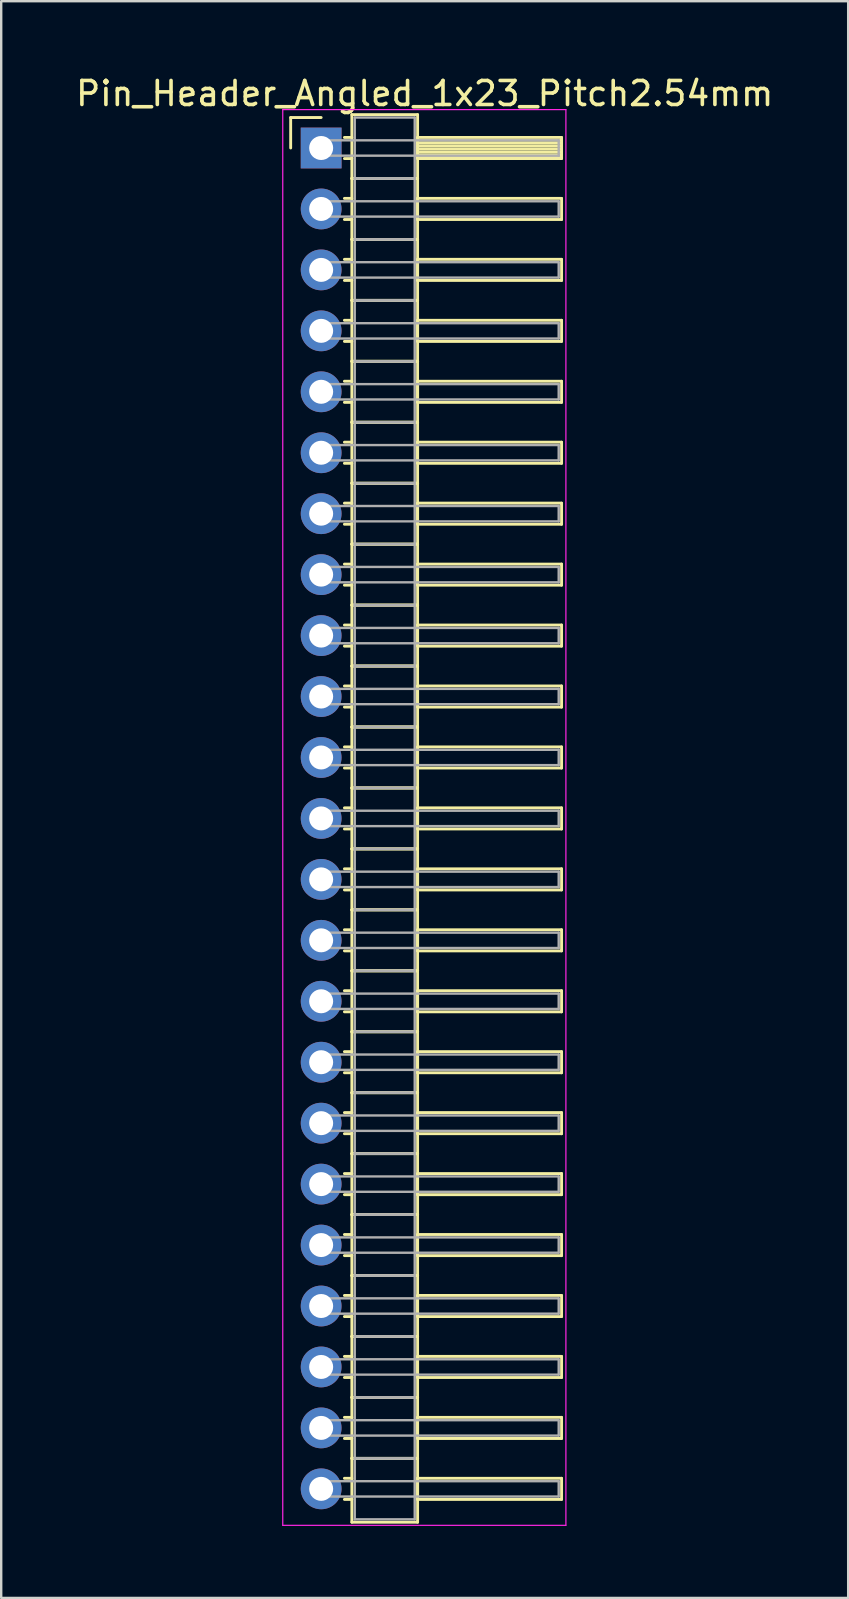
<source format=kicad_pcb>
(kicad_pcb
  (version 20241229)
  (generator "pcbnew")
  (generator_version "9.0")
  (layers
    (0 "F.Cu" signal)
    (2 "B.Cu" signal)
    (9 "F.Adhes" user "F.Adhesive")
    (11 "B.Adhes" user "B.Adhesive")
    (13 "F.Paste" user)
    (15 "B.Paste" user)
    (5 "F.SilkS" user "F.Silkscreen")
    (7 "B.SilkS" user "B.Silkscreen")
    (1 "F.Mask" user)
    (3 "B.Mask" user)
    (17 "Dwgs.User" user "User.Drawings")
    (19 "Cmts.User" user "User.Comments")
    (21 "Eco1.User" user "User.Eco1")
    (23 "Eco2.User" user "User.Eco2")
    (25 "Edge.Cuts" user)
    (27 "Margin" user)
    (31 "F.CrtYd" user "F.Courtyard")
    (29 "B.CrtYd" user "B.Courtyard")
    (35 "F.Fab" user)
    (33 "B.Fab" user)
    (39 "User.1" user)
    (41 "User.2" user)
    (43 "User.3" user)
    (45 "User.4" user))
  (footprint "Pin_Header_Angled_1x23_Pitch2.54mm"
    (layer "F.Cu")
    (at 10.334 3.118)
    (property "Reference" "Pin_Header_Angled_1x23_Pitch2.54mm" (at 4.315 -2.27 0) (layer "F.SilkS") (effects (font (size 1 1) (thickness 0.15))))
    (attr through_hole)
    (fp_line (start -1.27 -1.27) (end 0 -1.27) (stroke (width 0.12) (type solid)) (layer "F.SilkS"))
    (fp_line (start -1.27 0) (end -1.27 -1.27) (stroke (width 0.12) (type solid)) (layer "F.SilkS"))
    (fp_line (start 0.97 -0.44) (end 1.28 -0.44) (stroke (width 0.12) (type solid)) (layer "F.SilkS"))
    (fp_line (start 0.97 0.44) (end 1.28 0.44) (stroke (width 0.12) (type solid)) (layer "F.SilkS"))
    (fp_line (start 0.97 2.1) (end 1.28 2.1) (stroke (width 0.12) (type solid)) (layer "F.SilkS"))
    (fp_line (start 0.97 2.98) (end 1.28 2.98) (stroke (width 0.12) (type solid)) (layer "F.SilkS"))
    (fp_line (start 0.97 4.64) (end 1.28 4.64) (stroke (width 0.12) (type solid)) (layer "F.SilkS"))
    (fp_line (start 0.97 5.52) (end 1.28 5.52) (stroke (width 0.12) (type solid)) (layer "F.SilkS"))
    (fp_line (start 0.97 7.18) (end 1.28 7.18) (stroke (width 0.12) (type solid)) (layer "F.SilkS"))
    (fp_line (start 0.97 8.06) (end 1.28 8.06) (stroke (width 0.12) (type solid)) (layer "F.SilkS"))
    (fp_line (start 0.97 9.72) (end 1.28 9.72) (stroke (width 0.12) (type solid)) (layer "F.SilkS"))
    (fp_line (start 0.97 10.6) (end 1.28 10.6) (stroke (width 0.12) (type solid)) (layer "F.SilkS"))
    (fp_line (start 0.97 12.26) (end 1.28 12.26) (stroke (width 0.12) (type solid)) (layer "F.SilkS"))
    (fp_line (start 0.97 13.14) (end 1.28 13.14) (stroke (width 0.12) (type solid)) (layer "F.SilkS"))
    (fp_line (start 0.97 14.8) (end 1.28 14.8) (stroke (width 0.12) (type solid)) (layer "F.SilkS"))
    (fp_line (start 0.97 15.68) (end 1.28 15.68) (stroke (width 0.12) (type solid)) (layer "F.SilkS"))
    (fp_line (start 0.97 17.34) (end 1.28 17.34) (stroke (width 0.12) (type solid)) (layer "F.SilkS"))
    (fp_line (start 0.97 18.22) (end 1.28 18.22) (stroke (width 0.12) (type solid)) (layer "F.SilkS"))
    (fp_line (start 0.97 19.88) (end 1.28 19.88) (stroke (width 0.12) (type solid)) (layer "F.SilkS"))
    (fp_line (start 0.97 20.76) (end 1.28 20.76) (stroke (width 0.12) (type solid)) (layer "F.SilkS"))
    (fp_line (start 0.97 22.42) (end 1.28 22.42) (stroke (width 0.12) (type solid)) (layer "F.SilkS"))
    (fp_line (start 0.97 23.3) (end 1.28 23.3) (stroke (width 0.12) (type solid)) (layer "F.SilkS"))
    (fp_line (start 0.97 24.96) (end 1.28 24.96) (stroke (width 0.12) (type solid)) (layer "F.SilkS"))
    (fp_line (start 0.97 25.84) (end 1.28 25.84) (stroke (width 0.12) (type solid)) (layer "F.SilkS"))
    (fp_line (start 0.97 27.5) (end 1.28 27.5) (stroke (width 0.12) (type solid)) (layer "F.SilkS"))
    (fp_line (start 0.97 28.38) (end 1.28 28.38) (stroke (width 0.12) (type solid)) (layer "F.SilkS"))
    (fp_line (start 0.97 30.04) (end 1.28 30.04) (stroke (width 0.12) (type solid)) (layer "F.SilkS"))
    (fp_line (start 0.97 30.92) (end 1.28 30.92) (stroke (width 0.12) (type solid)) (layer "F.SilkS"))
    (fp_line (start 0.97 32.58) (end 1.28 32.58) (stroke (width 0.12) (type solid)) (layer "F.SilkS"))
    (fp_line (start 0.97 33.46) (end 1.28 33.46) (stroke (width 0.12) (type solid)) (layer "F.SilkS"))
    (fp_line (start 0.97 35.12) (end 1.28 35.12) (stroke (width 0.12) (type solid)) (layer "F.SilkS"))
    (fp_line (start 0.97 36) (end 1.28 36) (stroke (width 0.12) (type solid)) (layer "F.SilkS"))
    (fp_line (start 0.97 37.66) (end 1.28 37.66) (stroke (width 0.12) (type solid)) (layer "F.SilkS"))
    (fp_line (start 0.97 38.54) (end 1.28 38.54) (stroke (width 0.12) (type solid)) (layer "F.SilkS"))
    (fp_line (start 0.97 40.2) (end 1.28 40.2) (stroke (width 0.12) (type solid)) (layer "F.SilkS"))
    (fp_line (start 0.97 41.08) (end 1.28 41.08) (stroke (width 0.12) (type solid)) (layer "F.SilkS"))
    (fp_line (start 0.97 42.74) (end 1.28 42.74) (stroke (width 0.12) (type solid)) (layer "F.SilkS"))
    (fp_line (start 0.97 43.62) (end 1.28 43.62) (stroke (width 0.12) (type solid)) (layer "F.SilkS"))
    (fp_line (start 0.97 45.28) (end 1.28 45.28) (stroke (width 0.12) (type solid)) (layer "F.SilkS"))
    (fp_line (start 0.97 46.16) (end 1.28 46.16) (stroke (width 0.12) (type solid)) (layer "F.SilkS"))
    (fp_line (start 0.97 47.82) (end 1.28 47.82) (stroke (width 0.12) (type solid)) (layer "F.SilkS"))
    (fp_line (start 0.97 48.7) (end 1.28 48.7) (stroke (width 0.12) (type solid)) (layer "F.SilkS"))
    (fp_line (start 0.97 50.36) (end 1.28 50.36) (stroke (width 0.12) (type solid)) (layer "F.SilkS"))
    (fp_line (start 0.97 51.24) (end 1.28 51.24) (stroke (width 0.12) (type solid)) (layer "F.SilkS"))
    (fp_line (start 0.97 52.9) (end 1.28 52.9) (stroke (width 0.12) (type solid)) (layer "F.SilkS"))
    (fp_line (start 0.97 53.78) (end 1.28 53.78) (stroke (width 0.12) (type solid)) (layer "F.SilkS"))
    (fp_line (start 0.97 55.44) (end 1.28 55.44) (stroke (width 0.12) (type solid)) (layer "F.SilkS"))
    (fp_line (start 0.97 56.32) (end 1.28 56.32) (stroke (width 0.12) (type solid)) (layer "F.SilkS"))
    (fp_line (start 1.28 -1.39) (end 1.28 1.27) (stroke (width 0.12) (type solid)) (layer "F.SilkS"))
    (fp_line (start 1.28 1.27) (end 1.28 3.81) (stroke (width 0.12) (type solid)) (layer "F.SilkS"))
    (fp_line (start 1.28 1.27) (end 4.02 1.27) (stroke (width 0.12) (type solid)) (layer "F.SilkS"))
    (fp_line (start 1.28 3.81) (end 1.28 6.35) (stroke (width 0.12) (type solid)) (layer "F.SilkS"))
    (fp_line (start 1.28 3.81) (end 4.02 3.81) (stroke (width 0.12) (type solid)) (layer "F.SilkS"))
    (fp_line (start 1.28 6.35) (end 1.28 8.89) (stroke (width 0.12) (type solid)) (layer "F.SilkS"))
    (fp_line (start 1.28 6.35) (end 4.02 6.35) (stroke (width 0.12) (type solid)) (layer "F.SilkS"))
    (fp_line (start 1.28 8.89) (end 1.28 11.43) (stroke (width 0.12) (type solid)) (layer "F.SilkS"))
    (fp_line (start 1.28 8.89) (end 4.02 8.89) (stroke (width 0.12) (type solid)) (layer "F.SilkS"))
    (fp_line (start 1.28 11.43) (end 1.28 13.97) (stroke (width 0.12) (type solid)) (layer "F.SilkS"))
    (fp_line (start 1.28 11.43) (end 4.02 11.43) (stroke (width 0.12) (type solid)) (layer "F.SilkS"))
    (fp_line (start 1.28 13.97) (end 1.28 16.51) (stroke (width 0.12) (type solid)) (layer "F.SilkS"))
    (fp_line (start 1.28 13.97) (end 4.02 13.97) (stroke (width 0.12) (type solid)) (layer "F.SilkS"))
    (fp_line (start 1.28 16.51) (end 1.28 19.05) (stroke (width 0.12) (type solid)) (layer "F.SilkS"))
    (fp_line (start 1.28 16.51) (end 4.02 16.51) (stroke (width 0.12) (type solid)) (layer "F.SilkS"))
    (fp_line (start 1.28 19.05) (end 1.28 21.59) (stroke (width 0.12) (type solid)) (layer "F.SilkS"))
    (fp_line (start 1.28 19.05) (end 4.02 19.05) (stroke (width 0.12) (type solid)) (layer "F.SilkS"))
    (fp_line (start 1.28 21.59) (end 1.28 24.13) (stroke (width 0.12) (type solid)) (layer "F.SilkS"))
    (fp_line (start 1.28 21.59) (end 4.02 21.59) (stroke (width 0.12) (type solid)) (layer "F.SilkS"))
    (fp_line (start 1.28 24.13) (end 1.28 26.67) (stroke (width 0.12) (type solid)) (layer "F.SilkS"))
    (fp_line (start 1.28 24.13) (end 4.02 24.13) (stroke (width 0.12) (type solid)) (layer "F.SilkS"))
    (fp_line (start 1.28 26.67) (end 1.28 29.21) (stroke (width 0.12) (type solid)) (layer "F.SilkS"))
    (fp_line (start 1.28 26.67) (end 4.02 26.67) (stroke (width 0.12) (type solid)) (layer "F.SilkS"))
    (fp_line (start 1.28 29.21) (end 1.28 31.75) (stroke (width 0.12) (type solid)) (layer "F.SilkS"))
    (fp_line (start 1.28 29.21) (end 4.02 29.21) (stroke (width 0.12) (type solid)) (layer "F.SilkS"))
    (fp_line (start 1.28 31.75) (end 1.28 34.29) (stroke (width 0.12) (type solid)) (layer "F.SilkS"))
    (fp_line (start 1.28 31.75) (end 4.02 31.75) (stroke (width 0.12) (type solid)) (layer "F.SilkS"))
    (fp_line (start 1.28 34.29) (end 1.28 36.83) (stroke (width 0.12) (type solid)) (layer "F.SilkS"))
    (fp_line (start 1.28 34.29) (end 4.02 34.29) (stroke (width 0.12) (type solid)) (layer "F.SilkS"))
    (fp_line (start 1.28 36.83) (end 1.28 39.37) (stroke (width 0.12) (type solid)) (layer "F.SilkS"))
    (fp_line (start 1.28 36.83) (end 4.02 36.83) (stroke (width 0.12) (type solid)) (layer "F.SilkS"))
    (fp_line (start 1.28 39.37) (end 1.28 41.91) (stroke (width 0.12) (type solid)) (layer "F.SilkS"))
    (fp_line (start 1.28 39.37) (end 4.02 39.37) (stroke (width 0.12) (type solid)) (layer "F.SilkS"))
    (fp_line (start 1.28 41.91) (end 1.28 44.45) (stroke (width 0.12) (type solid)) (layer "F.SilkS"))
    (fp_line (start 1.28 41.91) (end 4.02 41.91) (stroke (width 0.12) (type solid)) (layer "F.SilkS"))
    (fp_line (start 1.28 44.45) (end 1.28 46.99) (stroke (width 0.12) (type solid)) (layer "F.SilkS"))
    (fp_line (start 1.28 44.45) (end 4.02 44.45) (stroke (width 0.12) (type solid)) (layer "F.SilkS"))
    (fp_line (start 1.28 46.99) (end 1.28 49.53) (stroke (width 0.12) (type solid)) (layer "F.SilkS"))
    (fp_line (start 1.28 46.99) (end 4.02 46.99) (stroke (width 0.12) (type solid)) (layer "F.SilkS"))
    (fp_line (start 1.28 49.53) (end 1.28 52.07) (stroke (width 0.12) (type solid)) (layer "F.SilkS"))
    (fp_line (start 1.28 49.53) (end 4.02 49.53) (stroke (width 0.12) (type solid)) (layer "F.SilkS"))
    (fp_line (start 1.28 52.07) (end 1.28 54.61) (stroke (width 0.12) (type solid)) (layer "F.SilkS"))
    (fp_line (start 1.28 52.07) (end 4.02 52.07) (stroke (width 0.12) (type solid)) (layer "F.SilkS"))
    (fp_line (start 1.28 54.61) (end 1.28 57.27) (stroke (width 0.12) (type solid)) (layer "F.SilkS"))
    (fp_line (start 1.28 54.61) (end 4.02 54.61) (stroke (width 0.12) (type solid)) (layer "F.SilkS"))
    (fp_line (start 1.28 57.27) (end 4.02 57.27) (stroke (width 0.12) (type solid)) (layer "F.SilkS"))
    (fp_line (start 4.02 -1.39) (end 1.28 -1.39) (stroke (width 0.12) (type solid)) (layer "F.SilkS"))
    (fp_line (start 4.02 -0.44) (end 4.02 0.44) (stroke (width 0.12) (type solid)) (layer "F.SilkS"))
    (fp_line (start 4.02 -0.32) (end 10.02 -0.32) (stroke (width 0.12) (type solid)) (layer "F.SilkS"))
    (fp_line (start 4.02 -0.2) (end 10.02 -0.2) (stroke (width 0.12) (type solid)) (layer "F.SilkS"))
    (fp_line (start 4.02 -0.08) (end 10.02 -0.08) (stroke (width 0.12) (type solid)) (layer "F.SilkS"))
    (fp_line (start 4.02 0.04) (end 10.02 0.04) (stroke (width 0.12) (type solid)) (layer "F.SilkS"))
    (fp_line (start 4.02 0.16) (end 10.02 0.16) (stroke (width 0.12) (type solid)) (layer "F.SilkS"))
    (fp_line (start 4.02 0.28) (end 10.02 0.28) (stroke (width 0.12) (type solid)) (layer "F.SilkS"))
    (fp_line (start 4.02 0.4) (end 10.02 0.4) (stroke (width 0.12) (type solid)) (layer "F.SilkS"))
    (fp_line (start 4.02 0.44) (end 10.02 0.44) (stroke (width 0.12) (type solid)) (layer "F.SilkS"))
    (fp_line (start 4.02 1.27) (end 1.28 1.27) (stroke (width 0.12) (type solid)) (layer "F.SilkS"))
    (fp_line (start 4.02 1.27) (end 4.02 -1.39) (stroke (width 0.12) (type solid)) (layer "F.SilkS"))
    (fp_line (start 4.02 2.1) (end 4.02 2.98) (stroke (width 0.12) (type solid)) (layer "F.SilkS"))
    (fp_line (start 4.02 2.98) (end 10.02 2.98) (stroke (width 0.12) (type solid)) (layer "F.SilkS"))
    (fp_line (start 4.02 3.81) (end 1.28 3.81) (stroke (width 0.12) (type solid)) (layer "F.SilkS"))
    (fp_line (start 4.02 3.81) (end 4.02 1.27) (stroke (width 0.12) (type solid)) (layer "F.SilkS"))
    (fp_line (start 4.02 4.64) (end 4.02 5.52) (stroke (width 0.12) (type solid)) (layer "F.SilkS"))
    (fp_line (start 4.02 5.52) (end 10.02 5.52) (stroke (width 0.12) (type solid)) (layer "F.SilkS"))
    (fp_line (start 4.02 6.35) (end 1.28 6.35) (stroke (width 0.12) (type solid)) (layer "F.SilkS"))
    (fp_line (start 4.02 6.35) (end 4.02 3.81) (stroke (width 0.12) (type solid)) (layer "F.SilkS"))
    (fp_line (start 4.02 7.18) (end 4.02 8.06) (stroke (width 0.12) (type solid)) (layer "F.SilkS"))
    (fp_line (start 4.02 8.06) (end 10.02 8.06) (stroke (width 0.12) (type solid)) (layer "F.SilkS"))
    (fp_line (start 4.02 8.89) (end 1.28 8.89) (stroke (width 0.12) (type solid)) (layer "F.SilkS"))
    (fp_line (start 4.02 8.89) (end 4.02 6.35) (stroke (width 0.12) (type solid)) (layer "F.SilkS"))
    (fp_line (start 4.02 9.72) (end 4.02 10.6) (stroke (width 0.12) (type solid)) (layer "F.SilkS"))
    (fp_line (start 4.02 10.6) (end 10.02 10.6) (stroke (width 0.12) (type solid)) (layer "F.SilkS"))
    (fp_line (start 4.02 11.43) (end 1.28 11.43) (stroke (width 0.12) (type solid)) (layer "F.SilkS"))
    (fp_line (start 4.02 11.43) (end 4.02 8.89) (stroke (width 0.12) (type solid)) (layer "F.SilkS"))
    (fp_line (start 4.02 12.26) (end 4.02 13.14) (stroke (width 0.12) (type solid)) (layer "F.SilkS"))
    (fp_line (start 4.02 13.14) (end 10.02 13.14) (stroke (width 0.12) (type solid)) (layer "F.SilkS"))
    (fp_line (start 4.02 13.97) (end 1.28 13.97) (stroke (width 0.12) (type solid)) (layer "F.SilkS"))
    (fp_line (start 4.02 13.97) (end 4.02 11.43) (stroke (width 0.12) (type solid)) (layer "F.SilkS"))
    (fp_line (start 4.02 14.8) (end 4.02 15.68) (stroke (width 0.12) (type solid)) (layer "F.SilkS"))
    (fp_line (start 4.02 15.68) (end 10.02 15.68) (stroke (width 0.12) (type solid)) (layer "F.SilkS"))
    (fp_line (start 4.02 16.51) (end 1.28 16.51) (stroke (width 0.12) (type solid)) (layer "F.SilkS"))
    (fp_line (start 4.02 16.51) (end 4.02 13.97) (stroke (width 0.12) (type solid)) (layer "F.SilkS"))
    (fp_line (start 4.02 17.34) (end 4.02 18.22) (stroke (width 0.12) (type solid)) (layer "F.SilkS"))
    (fp_line (start 4.02 18.22) (end 10.02 18.22) (stroke (width 0.12) (type solid)) (layer "F.SilkS"))
    (fp_line (start 4.02 19.05) (end 1.28 19.05) (stroke (width 0.12) (type solid)) (layer "F.SilkS"))
    (fp_line (start 4.02 19.05) (end 4.02 16.51) (stroke (width 0.12) (type solid)) (layer "F.SilkS"))
    (fp_line (start 4.02 19.88) (end 4.02 20.76) (stroke (width 0.12) (type solid)) (layer "F.SilkS"))
    (fp_line (start 4.02 20.76) (end 10.02 20.76) (stroke (width 0.12) (type solid)) (layer "F.SilkS"))
    (fp_line (start 4.02 21.59) (end 1.28 21.59) (stroke (width 0.12) (type solid)) (layer "F.SilkS"))
    (fp_line (start 4.02 21.59) (end 4.02 19.05) (stroke (width 0.12) (type solid)) (layer "F.SilkS"))
    (fp_line (start 4.02 22.42) (end 4.02 23.3) (stroke (width 0.12) (type solid)) (layer "F.SilkS"))
    (fp_line (start 4.02 23.3) (end 10.02 23.3) (stroke (width 0.12) (type solid)) (layer "F.SilkS"))
    (fp_line (start 4.02 24.13) (end 1.28 24.13) (stroke (width 0.12) (type solid)) (layer "F.SilkS"))
    (fp_line (start 4.02 24.13) (end 4.02 21.59) (stroke (width 0.12) (type solid)) (layer "F.SilkS"))
    (fp_line (start 4.02 24.96) (end 4.02 25.84) (stroke (width 0.12) (type solid)) (layer "F.SilkS"))
    (fp_line (start 4.02 25.84) (end 10.02 25.84) (stroke (width 0.12) (type solid)) (layer "F.SilkS"))
    (fp_line (start 4.02 26.67) (end 1.28 26.67) (stroke (width 0.12) (type solid)) (layer "F.SilkS"))
    (fp_line (start 4.02 26.67) (end 4.02 24.13) (stroke (width 0.12) (type solid)) (layer "F.SilkS"))
    (fp_line (start 4.02 27.5) (end 4.02 28.38) (stroke (width 0.12) (type solid)) (layer "F.SilkS"))
    (fp_line (start 4.02 28.38) (end 10.02 28.38) (stroke (width 0.12) (type solid)) (layer "F.SilkS"))
    (fp_line (start 4.02 29.21) (end 1.28 29.21) (stroke (width 0.12) (type solid)) (layer "F.SilkS"))
    (fp_line (start 4.02 29.21) (end 4.02 26.67) (stroke (width 0.12) (type solid)) (layer "F.SilkS"))
    (fp_line (start 4.02 30.04) (end 4.02 30.92) (stroke (width 0.12) (type solid)) (layer "F.SilkS"))
    (fp_line (start 4.02 30.92) (end 10.02 30.92) (stroke (width 0.12) (type solid)) (layer "F.SilkS"))
    (fp_line (start 4.02 31.75) (end 1.28 31.75) (stroke (width 0.12) (type solid)) (layer "F.SilkS"))
    (fp_line (start 4.02 31.75) (end 4.02 29.21) (stroke (width 0.12) (type solid)) (layer "F.SilkS"))
    (fp_line (start 4.02 32.58) (end 4.02 33.46) (stroke (width 0.12) (type solid)) (layer "F.SilkS"))
    (fp_line (start 4.02 33.46) (end 10.02 33.46) (stroke (width 0.12) (type solid)) (layer "F.SilkS"))
    (fp_line (start 4.02 34.29) (end 1.28 34.29) (stroke (width 0.12) (type solid)) (layer "F.SilkS"))
    (fp_line (start 4.02 34.29) (end 4.02 31.75) (stroke (width 0.12) (type solid)) (layer "F.SilkS"))
    (fp_line (start 4.02 35.12) (end 4.02 36) (stroke (width 0.12) (type solid)) (layer "F.SilkS"))
    (fp_line (start 4.02 36) (end 10.02 36) (stroke (width 0.12) (type solid)) (layer "F.SilkS"))
    (fp_line (start 4.02 36.83) (end 1.28 36.83) (stroke (width 0.12) (type solid)) (layer "F.SilkS"))
    (fp_line (start 4.02 36.83) (end 4.02 34.29) (stroke (width 0.12) (type solid)) (layer "F.SilkS"))
    (fp_line (start 4.02 37.66) (end 4.02 38.54) (stroke (width 0.12) (type solid)) (layer "F.SilkS"))
    (fp_line (start 4.02 38.54) (end 10.02 38.54) (stroke (width 0.12) (type solid)) (layer "F.SilkS"))
    (fp_line (start 4.02 39.37) (end 1.28 39.37) (stroke (width 0.12) (type solid)) (layer "F.SilkS"))
    (fp_line (start 4.02 39.37) (end 4.02 36.83) (stroke (width 0.12) (type solid)) (layer "F.SilkS"))
    (fp_line (start 4.02 40.2) (end 4.02 41.08) (stroke (width 0.12) (type solid)) (layer "F.SilkS"))
    (fp_line (start 4.02 41.08) (end 10.02 41.08) (stroke (width 0.12) (type solid)) (layer "F.SilkS"))
    (fp_line (start 4.02 41.91) (end 1.28 41.91) (stroke (width 0.12) (type solid)) (layer "F.SilkS"))
    (fp_line (start 4.02 41.91) (end 4.02 39.37) (stroke (width 0.12) (type solid)) (layer "F.SilkS"))
    (fp_line (start 4.02 42.74) (end 4.02 43.62) (stroke (width 0.12) (type solid)) (layer "F.SilkS"))
    (fp_line (start 4.02 43.62) (end 10.02 43.62) (stroke (width 0.12) (type solid)) (layer "F.SilkS"))
    (fp_line (start 4.02 44.45) (end 1.28 44.45) (stroke (width 0.12) (type solid)) (layer "F.SilkS"))
    (fp_line (start 4.02 44.45) (end 4.02 41.91) (stroke (width 0.12) (type solid)) (layer "F.SilkS"))
    (fp_line (start 4.02 45.28) (end 4.02 46.16) (stroke (width 0.12) (type solid)) (layer "F.SilkS"))
    (fp_line (start 4.02 46.16) (end 10.02 46.16) (stroke (width 0.12) (type solid)) (layer "F.SilkS"))
    (fp_line (start 4.02 46.99) (end 1.28 46.99) (stroke (width 0.12) (type solid)) (layer "F.SilkS"))
    (fp_line (start 4.02 46.99) (end 4.02 44.45) (stroke (width 0.12) (type solid)) (layer "F.SilkS"))
    (fp_line (start 4.02 47.82) (end 4.02 48.7) (stroke (width 0.12) (type solid)) (layer "F.SilkS"))
    (fp_line (start 4.02 48.7) (end 10.02 48.7) (stroke (width 0.12) (type solid)) (layer "F.SilkS"))
    (fp_line (start 4.02 49.53) (end 1.28 49.53) (stroke (width 0.12) (type solid)) (layer "F.SilkS"))
    (fp_line (start 4.02 49.53) (end 4.02 46.99) (stroke (width 0.12) (type solid)) (layer "F.SilkS"))
    (fp_line (start 4.02 50.36) (end 4.02 51.24) (stroke (width 0.12) (type solid)) (layer "F.SilkS"))
    (fp_line (start 4.02 51.24) (end 10.02 51.24) (stroke (width 0.12) (type solid)) (layer "F.SilkS"))
    (fp_line (start 4.02 52.07) (end 1.28 52.07) (stroke (width 0.12) (type solid)) (layer "F.SilkS"))
    (fp_line (start 4.02 52.07) (end 4.02 49.53) (stroke (width 0.12) (type solid)) (layer "F.SilkS"))
    (fp_line (start 4.02 52.9) (end 4.02 53.78) (stroke (width 0.12) (type solid)) (layer "F.SilkS"))
    (fp_line (start 4.02 53.78) (end 10.02 53.78) (stroke (width 0.12) (type solid)) (layer "F.SilkS"))
    (fp_line (start 4.02 54.61) (end 1.28 54.61) (stroke (width 0.12) (type solid)) (layer "F.SilkS"))
    (fp_line (start 4.02 54.61) (end 4.02 52.07) (stroke (width 0.12) (type solid)) (layer "F.SilkS"))
    (fp_line (start 4.02 55.44) (end 4.02 56.32) (stroke (width 0.12) (type solid)) (layer "F.SilkS"))
    (fp_line (start 4.02 56.32) (end 10.02 56.32) (stroke (width 0.12) (type solid)) (layer "F.SilkS"))
    (fp_line (start 4.02 57.27) (end 4.02 54.61) (stroke (width 0.12) (type solid)) (layer "F.SilkS"))
    (fp_line (start 10.02 -0.44) (end 4.02 -0.44) (stroke (width 0.12) (type solid)) (layer "F.SilkS"))
    (fp_line (start 10.02 0.44) (end 10.02 -0.44) (stroke (width 0.12) (type solid)) (layer "F.SilkS"))
    (fp_line (start 10.02 2.1) (end 4.02 2.1) (stroke (width 0.12) (type solid)) (layer "F.SilkS"))
    (fp_line (start 10.02 2.98) (end 10.02 2.1) (stroke (width 0.12) (type solid)) (layer "F.SilkS"))
    (fp_line (start 10.02 4.64) (end 4.02 4.64) (stroke (width 0.12) (type solid)) (layer "F.SilkS"))
    (fp_line (start 10.02 5.52) (end 10.02 4.64) (stroke (width 0.12) (type solid)) (layer "F.SilkS"))
    (fp_line (start 10.02 7.18) (end 4.02 7.18) (stroke (width 0.12) (type solid)) (layer "F.SilkS"))
    (fp_line (start 10.02 8.06) (end 10.02 7.18) (stroke (width 0.12) (type solid)) (layer "F.SilkS"))
    (fp_line (start 10.02 9.72) (end 4.02 9.72) (stroke (width 0.12) (type solid)) (layer "F.SilkS"))
    (fp_line (start 10.02 10.6) (end 10.02 9.72) (stroke (width 0.12) (type solid)) (layer "F.SilkS"))
    (fp_line (start 10.02 12.26) (end 4.02 12.26) (stroke (width 0.12) (type solid)) (layer "F.SilkS"))
    (fp_line (start 10.02 13.14) (end 10.02 12.26) (stroke (width 0.12) (type solid)) (layer "F.SilkS"))
    (fp_line (start 10.02 14.8) (end 4.02 14.8) (stroke (width 0.12) (type solid)) (layer "F.SilkS"))
    (fp_line (start 10.02 15.68) (end 10.02 14.8) (stroke (width 0.12) (type solid)) (layer "F.SilkS"))
    (fp_line (start 10.02 17.34) (end 4.02 17.34) (stroke (width 0.12) (type solid)) (layer "F.SilkS"))
    (fp_line (start 10.02 18.22) (end 10.02 17.34) (stroke (width 0.12) (type solid)) (layer "F.SilkS"))
    (fp_line (start 10.02 19.88) (end 4.02 19.88) (stroke (width 0.12) (type solid)) (layer "F.SilkS"))
    (fp_line (start 10.02 20.76) (end 10.02 19.88) (stroke (width 0.12) (type solid)) (layer "F.SilkS"))
    (fp_line (start 10.02 22.42) (end 4.02 22.42) (stroke (width 0.12) (type solid)) (layer "F.SilkS"))
    (fp_line (start 10.02 23.3) (end 10.02 22.42) (stroke (width 0.12) (type solid)) (layer "F.SilkS"))
    (fp_line (start 10.02 24.96) (end 4.02 24.96) (stroke (width 0.12) (type solid)) (layer "F.SilkS"))
    (fp_line (start 10.02 25.84) (end 10.02 24.96) (stroke (width 0.12) (type solid)) (layer "F.SilkS"))
    (fp_line (start 10.02 27.5) (end 4.02 27.5) (stroke (width 0.12) (type solid)) (layer "F.SilkS"))
    (fp_line (start 10.02 28.38) (end 10.02 27.5) (stroke (width 0.12) (type solid)) (layer "F.SilkS"))
    (fp_line (start 10.02 30.04) (end 4.02 30.04) (stroke (width 0.12) (type solid)) (layer "F.SilkS"))
    (fp_line (start 10.02 30.92) (end 10.02 30.04) (stroke (width 0.12) (type solid)) (layer "F.SilkS"))
    (fp_line (start 10.02 32.58) (end 4.02 32.58) (stroke (width 0.12) (type solid)) (layer "F.SilkS"))
    (fp_line (start 10.02 33.46) (end 10.02 32.58) (stroke (width 0.12) (type solid)) (layer "F.SilkS"))
    (fp_line (start 10.02 35.12) (end 4.02 35.12) (stroke (width 0.12) (type solid)) (layer "F.SilkS"))
    (fp_line (start 10.02 36) (end 10.02 35.12) (stroke (width 0.12) (type solid)) (layer "F.SilkS"))
    (fp_line (start 10.02 37.66) (end 4.02 37.66) (stroke (width 0.12) (type solid)) (layer "F.SilkS"))
    (fp_line (start 10.02 38.54) (end 10.02 37.66) (stroke (width 0.12) (type solid)) (layer "F.SilkS"))
    (fp_line (start 10.02 40.2) (end 4.02 40.2) (stroke (width 0.12) (type solid)) (layer "F.SilkS"))
    (fp_line (start 10.02 41.08) (end 10.02 40.2) (stroke (width 0.12) (type solid)) (layer "F.SilkS"))
    (fp_line (start 10.02 42.74) (end 4.02 42.74) (stroke (width 0.12) (type solid)) (layer "F.SilkS"))
    (fp_line (start 10.02 43.62) (end 10.02 42.74) (stroke (width 0.12) (type solid)) (layer "F.SilkS"))
    (fp_line (start 10.02 45.28) (end 4.02 45.28) (stroke (width 0.12) (type solid)) (layer "F.SilkS"))
    (fp_line (start 10.02 46.16) (end 10.02 45.28) (stroke (width 0.12) (type solid)) (layer "F.SilkS"))
    (fp_line (start 10.02 47.82) (end 4.02 47.82) (stroke (width 0.12) (type solid)) (layer "F.SilkS"))
    (fp_line (start 10.02 48.7) (end 10.02 47.82) (stroke (width 0.12) (type solid)) (layer "F.SilkS"))
    (fp_line (start 10.02 50.36) (end 4.02 50.36) (stroke (width 0.12) (type solid)) (layer "F.SilkS"))
    (fp_line (start 10.02 51.24) (end 10.02 50.36) (stroke (width 0.12) (type solid)) (layer "F.SilkS"))
    (fp_line (start 10.02 52.9) (end 4.02 52.9) (stroke (width 0.12) (type solid)) (layer "F.SilkS"))
    (fp_line (start 10.02 53.78) (end 10.02 52.9) (stroke (width 0.12) (type solid)) (layer "F.SilkS"))
    (fp_line (start 10.02 55.44) (end 4.02 55.44) (stroke (width 0.12) (type solid)) (layer "F.SilkS"))
    (fp_line (start 10.02 56.32) (end 10.02 55.44) (stroke (width 0.12) (type solid)) (layer "F.SilkS"))
    (fp_line (start -1.6 -1.6) (end -1.6 57.4) (stroke (width 0.05) (type solid)) (layer "F.CrtYd"))
    (fp_line (start -1.6 57.4) (end 10.2 57.4) (stroke (width 0.05) (type solid)) (layer "F.CrtYd"))
    (fp_line (start 10.2 -1.6) (end -1.6 -1.6) (stroke (width 0.05) (type solid)) (layer "F.CrtYd"))
    (fp_line (start 10.2 57.4) (end 10.2 -1.6) (stroke (width 0.05) (type solid)) (layer "F.CrtYd"))
    (fp_line (start 0 -0.32) (end 0 0.32) (stroke (width 0.1) (type solid)) (layer "F.Fab"))
    (fp_line (start 0 0.32) (end 9.9 0.32) (stroke (width 0.1) (type solid)) (layer "F.Fab"))
    (fp_line (start 0 2.22) (end 0 2.86) (stroke (width 0.1) (type solid)) (layer "F.Fab"))
    (fp_line (start 0 2.86) (end 9.9 2.86) (stroke (width 0.1) (type solid)) (layer "F.Fab"))
    (fp_line (start 0 4.76) (end 0 5.4) (stroke (width 0.1) (type solid)) (layer "F.Fab"))
    (fp_line (start 0 5.4) (end 9.9 5.4) (stroke (width 0.1) (type solid)) (layer "F.Fab"))
    (fp_line (start 0 7.3) (end 0 7.94) (stroke (width 0.1) (type solid)) (layer "F.Fab"))
    (fp_line (start 0 7.94) (end 9.9 7.94) (stroke (width 0.1) (type solid)) (layer "F.Fab"))
    (fp_line (start 0 9.84) (end 0 10.48) (stroke (width 0.1) (type solid)) (layer "F.Fab"))
    (fp_line (start 0 10.48) (end 9.9 10.48) (stroke (width 0.1) (type solid)) (layer "F.Fab"))
    (fp_line (start 0 12.38) (end 0 13.02) (stroke (width 0.1) (type solid)) (layer "F.Fab"))
    (fp_line (start 0 13.02) (end 9.9 13.02) (stroke (width 0.1) (type solid)) (layer "F.Fab"))
    (fp_line (start 0 14.92) (end 0 15.56) (stroke (width 0.1) (type solid)) (layer "F.Fab"))
    (fp_line (start 0 15.56) (end 9.9 15.56) (stroke (width 0.1) (type solid)) (layer "F.Fab"))
    (fp_line (start 0 17.46) (end 0 18.1) (stroke (width 0.1) (type solid)) (layer "F.Fab"))
    (fp_line (start 0 18.1) (end 9.9 18.1) (stroke (width 0.1) (type solid)) (layer "F.Fab"))
    (fp_line (start 0 20) (end 0 20.64) (stroke (width 0.1) (type solid)) (layer "F.Fab"))
    (fp_line (start 0 20.64) (end 9.9 20.64) (stroke (width 0.1) (type solid)) (layer "F.Fab"))
    (fp_line (start 0 22.54) (end 0 23.18) (stroke (width 0.1) (type solid)) (layer "F.Fab"))
    (fp_line (start 0 23.18) (end 9.9 23.18) (stroke (width 0.1) (type solid)) (layer "F.Fab"))
    (fp_line (start 0 25.08) (end 0 25.72) (stroke (width 0.1) (type solid)) (layer "F.Fab"))
    (fp_line (start 0 25.72) (end 9.9 25.72) (stroke (width 0.1) (type solid)) (layer "F.Fab"))
    (fp_line (start 0 27.62) (end 0 28.26) (stroke (width 0.1) (type solid)) (layer "F.Fab"))
    (fp_line (start 0 28.26) (end 9.9 28.26) (stroke (width 0.1) (type solid)) (layer "F.Fab"))
    (fp_line (start 0 30.16) (end 0 30.8) (stroke (width 0.1) (type solid)) (layer "F.Fab"))
    (fp_line (start 0 30.8) (end 9.9 30.8) (stroke (width 0.1) (type solid)) (layer "F.Fab"))
    (fp_line (start 0 32.7) (end 0 33.34) (stroke (width 0.1) (type solid)) (layer "F.Fab"))
    (fp_line (start 0 33.34) (end 9.9 33.34) (stroke (width 0.1) (type solid)) (layer "F.Fab"))
    (fp_line (start 0 35.24) (end 0 35.88) (stroke (width 0.1) (type solid)) (layer "F.Fab"))
    (fp_line (start 0 35.88) (end 9.9 35.88) (stroke (width 0.1) (type solid)) (layer "F.Fab"))
    (fp_line (start 0 37.78) (end 0 38.42) (stroke (width 0.1) (type solid)) (layer "F.Fab"))
    (fp_line (start 0 38.42) (end 9.9 38.42) (stroke (width 0.1) (type solid)) (layer "F.Fab"))
    (fp_line (start 0 40.32) (end 0 40.96) (stroke (width 0.1) (type solid)) (layer "F.Fab"))
    (fp_line (start 0 40.96) (end 9.9 40.96) (stroke (width 0.1) (type solid)) (layer "F.Fab"))
    (fp_line (start 0 42.86) (end 0 43.5) (stroke (width 0.1) (type solid)) (layer "F.Fab"))
    (fp_line (start 0 43.5) (end 9.9 43.5) (stroke (width 0.1) (type solid)) (layer "F.Fab"))
    (fp_line (start 0 45.4) (end 0 46.04) (stroke (width 0.1) (type solid)) (layer "F.Fab"))
    (fp_line (start 0 46.04) (end 9.9 46.04) (stroke (width 0.1) (type solid)) (layer "F.Fab"))
    (fp_line (start 0 47.94) (end 0 48.58) (stroke (width 0.1) (type solid)) (layer "F.Fab"))
    (fp_line (start 0 48.58) (end 9.9 48.58) (stroke (width 0.1) (type solid)) (layer "F.Fab"))
    (fp_line (start 0 50.48) (end 0 51.12) (stroke (width 0.1) (type solid)) (layer "F.Fab"))
    (fp_line (start 0 51.12) (end 9.9 51.12) (stroke (width 0.1) (type solid)) (layer "F.Fab"))
    (fp_line (start 0 53.02) (end 0 53.66) (stroke (width 0.1) (type solid)) (layer "F.Fab"))
    (fp_line (start 0 53.66) (end 9.9 53.66) (stroke (width 0.1) (type solid)) (layer "F.Fab"))
    (fp_line (start 0 55.56) (end 0 56.2) (stroke (width 0.1) (type solid)) (layer "F.Fab"))
    (fp_line (start 0 56.2) (end 9.9 56.2) (stroke (width 0.1) (type solid)) (layer "F.Fab"))
    (fp_line (start 1.4 -1.27) (end 1.4 1.27) (stroke (width 0.1) (type solid)) (layer "F.Fab"))
    (fp_line (start 1.4 1.27) (end 1.4 3.81) (stroke (width 0.1) (type solid)) (layer "F.Fab"))
    (fp_line (start 1.4 1.27) (end 3.9 1.27) (stroke (width 0.1) (type solid)) (layer "F.Fab"))
    (fp_line (start 1.4 3.81) (end 1.4 6.35) (stroke (width 0.1) (type solid)) (layer "F.Fab"))
    (fp_line (start 1.4 3.81) (end 3.9 3.81) (stroke (width 0.1) (type solid)) (layer "F.Fab"))
    (fp_line (start 1.4 6.35) (end 1.4 8.89) (stroke (width 0.1) (type solid)) (layer "F.Fab"))
    (fp_line (start 1.4 6.35) (end 3.9 6.35) (stroke (width 0.1) (type solid)) (layer "F.Fab"))
    (fp_line (start 1.4 8.89) (end 1.4 11.43) (stroke (width 0.1) (type solid)) (layer "F.Fab"))
    (fp_line (start 1.4 8.89) (end 3.9 8.89) (stroke (width 0.1) (type solid)) (layer "F.Fab"))
    (fp_line (start 1.4 11.43) (end 1.4 13.97) (stroke (width 0.1) (type solid)) (layer "F.Fab"))
    (fp_line (start 1.4 11.43) (end 3.9 11.43) (stroke (width 0.1) (type solid)) (layer "F.Fab"))
    (fp_line (start 1.4 13.97) (end 1.4 16.51) (stroke (width 0.1) (type solid)) (layer "F.Fab"))
    (fp_line (start 1.4 13.97) (end 3.9 13.97) (stroke (width 0.1) (type solid)) (layer "F.Fab"))
    (fp_line (start 1.4 16.51) (end 1.4 19.05) (stroke (width 0.1) (type solid)) (layer "F.Fab"))
    (fp_line (start 1.4 16.51) (end 3.9 16.51) (stroke (width 0.1) (type solid)) (layer "F.Fab"))
    (fp_line (start 1.4 19.05) (end 1.4 21.59) (stroke (width 0.1) (type solid)) (layer "F.Fab"))
    (fp_line (start 1.4 19.05) (end 3.9 19.05) (stroke (width 0.1) (type solid)) (layer "F.Fab"))
    (fp_line (start 1.4 21.59) (end 1.4 24.13) (stroke (width 0.1) (type solid)) (layer "F.Fab"))
    (fp_line (start 1.4 21.59) (end 3.9 21.59) (stroke (width 0.1) (type solid)) (layer "F.Fab"))
    (fp_line (start 1.4 24.13) (end 1.4 26.67) (stroke (width 0.1) (type solid)) (layer "F.Fab"))
    (fp_line (start 1.4 24.13) (end 3.9 24.13) (stroke (width 0.1) (type solid)) (layer "F.Fab"))
    (fp_line (start 1.4 26.67) (end 1.4 29.21) (stroke (width 0.1) (type solid)) (layer "F.Fab"))
    (fp_line (start 1.4 26.67) (end 3.9 26.67) (stroke (width 0.1) (type solid)) (layer "F.Fab"))
    (fp_line (start 1.4 29.21) (end 1.4 31.75) (stroke (width 0.1) (type solid)) (layer "F.Fab"))
    (fp_line (start 1.4 29.21) (end 3.9 29.21) (stroke (width 0.1) (type solid)) (layer "F.Fab"))
    (fp_line (start 1.4 31.75) (end 1.4 34.29) (stroke (width 0.1) (type solid)) (layer "F.Fab"))
    (fp_line (start 1.4 31.75) (end 3.9 31.75) (stroke (width 0.1) (type solid)) (layer "F.Fab"))
    (fp_line (start 1.4 34.29) (end 1.4 36.83) (stroke (width 0.1) (type solid)) (layer "F.Fab"))
    (fp_line (start 1.4 34.29) (end 3.9 34.29) (stroke (width 0.1) (type solid)) (layer "F.Fab"))
    (fp_line (start 1.4 36.83) (end 1.4 39.37) (stroke (width 0.1) (type solid)) (layer "F.Fab"))
    (fp_line (start 1.4 36.83) (end 3.9 36.83) (stroke (width 0.1) (type solid)) (layer "F.Fab"))
    (fp_line (start 1.4 39.37) (end 1.4 41.91) (stroke (width 0.1) (type solid)) (layer "F.Fab"))
    (fp_line (start 1.4 39.37) (end 3.9 39.37) (stroke (width 0.1) (type solid)) (layer "F.Fab"))
    (fp_line (start 1.4 41.91) (end 1.4 44.45) (stroke (width 0.1) (type solid)) (layer "F.Fab"))
    (fp_line (start 1.4 41.91) (end 3.9 41.91) (stroke (width 0.1) (type solid)) (layer "F.Fab"))
    (fp_line (start 1.4 44.45) (end 1.4 46.99) (stroke (width 0.1) (type solid)) (layer "F.Fab"))
    (fp_line (start 1.4 44.45) (end 3.9 44.45) (stroke (width 0.1) (type solid)) (layer "F.Fab"))
    (fp_line (start 1.4 46.99) (end 1.4 49.53) (stroke (width 0.1) (type solid)) (layer "F.Fab"))
    (fp_line (start 1.4 46.99) (end 3.9 46.99) (stroke (width 0.1) (type solid)) (layer "F.Fab"))
    (fp_line (start 1.4 49.53) (end 1.4 52.07) (stroke (width 0.1) (type solid)) (layer "F.Fab"))
    (fp_line (start 1.4 49.53) (end 3.9 49.53) (stroke (width 0.1) (type solid)) (layer "F.Fab"))
    (fp_line (start 1.4 52.07) (end 1.4 54.61) (stroke (width 0.1) (type solid)) (layer "F.Fab"))
    (fp_line (start 1.4 52.07) (end 3.9 52.07) (stroke (width 0.1) (type solid)) (layer "F.Fab"))
    (fp_line (start 1.4 54.61) (end 1.4 57.15) (stroke (width 0.1) (type solid)) (layer "F.Fab"))
    (fp_line (start 1.4 54.61) (end 3.9 54.61) (stroke (width 0.1) (type solid)) (layer "F.Fab"))
    (fp_line (start 1.4 57.15) (end 3.9 57.15) (stroke (width 0.1) (type solid)) (layer "F.Fab"))
    (fp_line (start 3.9 -1.27) (end 1.4 -1.27) (stroke (width 0.1) (type solid)) (layer "F.Fab"))
    (fp_line (start 3.9 1.27) (end 1.4 1.27) (stroke (width 0.1) (type solid)) (layer "F.Fab"))
    (fp_line (start 3.9 1.27) (end 3.9 -1.27) (stroke (width 0.1) (type solid)) (layer "F.Fab"))
    (fp_line (start 3.9 3.81) (end 1.4 3.81) (stroke (width 0.1) (type solid)) (layer "F.Fab"))
    (fp_line (start 3.9 3.81) (end 3.9 1.27) (stroke (width 0.1) (type solid)) (layer "F.Fab"))
    (fp_line (start 3.9 6.35) (end 1.4 6.35) (stroke (width 0.1) (type solid)) (layer "F.Fab"))
    (fp_line (start 3.9 6.35) (end 3.9 3.81) (stroke (width 0.1) (type solid)) (layer "F.Fab"))
    (fp_line (start 3.9 8.89) (end 1.4 8.89) (stroke (width 0.1) (type solid)) (layer "F.Fab"))
    (fp_line (start 3.9 8.89) (end 3.9 6.35) (stroke (width 0.1) (type solid)) (layer "F.Fab"))
    (fp_line (start 3.9 11.43) (end 1.4 11.43) (stroke (width 0.1) (type solid)) (layer "F.Fab"))
    (fp_line (start 3.9 11.43) (end 3.9 8.89) (stroke (width 0.1) (type solid)) (layer "F.Fab"))
    (fp_line (start 3.9 13.97) (end 1.4 13.97) (stroke (width 0.1) (type solid)) (layer "F.Fab"))
    (fp_line (start 3.9 13.97) (end 3.9 11.43) (stroke (width 0.1) (type solid)) (layer "F.Fab"))
    (fp_line (start 3.9 16.51) (end 1.4 16.51) (stroke (width 0.1) (type solid)) (layer "F.Fab"))
    (fp_line (start 3.9 16.51) (end 3.9 13.97) (stroke (width 0.1) (type solid)) (layer "F.Fab"))
    (fp_line (start 3.9 19.05) (end 1.4 19.05) (stroke (width 0.1) (type solid)) (layer "F.Fab"))
    (fp_line (start 3.9 19.05) (end 3.9 16.51) (stroke (width 0.1) (type solid)) (layer "F.Fab"))
    (fp_line (start 3.9 21.59) (end 1.4 21.59) (stroke (width 0.1) (type solid)) (layer "F.Fab"))
    (fp_line (start 3.9 21.59) (end 3.9 19.05) (stroke (width 0.1) (type solid)) (layer "F.Fab"))
    (fp_line (start 3.9 24.13) (end 1.4 24.13) (stroke (width 0.1) (type solid)) (layer "F.Fab"))
    (fp_line (start 3.9 24.13) (end 3.9 21.59) (stroke (width 0.1) (type solid)) (layer "F.Fab"))
    (fp_line (start 3.9 26.67) (end 1.4 26.67) (stroke (width 0.1) (type solid)) (layer "F.Fab"))
    (fp_line (start 3.9 26.67) (end 3.9 24.13) (stroke (width 0.1) (type solid)) (layer "F.Fab"))
    (fp_line (start 3.9 29.21) (end 1.4 29.21) (stroke (width 0.1) (type solid)) (layer "F.Fab"))
    (fp_line (start 3.9 29.21) (end 3.9 26.67) (stroke (width 0.1) (type solid)) (layer "F.Fab"))
    (fp_line (start 3.9 31.75) (end 1.4 31.75) (stroke (width 0.1) (type solid)) (layer "F.Fab"))
    (fp_line (start 3.9 31.75) (end 3.9 29.21) (stroke (width 0.1) (type solid)) (layer "F.Fab"))
    (fp_line (start 3.9 34.29) (end 1.4 34.29) (stroke (width 0.1) (type solid)) (layer "F.Fab"))
    (fp_line (start 3.9 34.29) (end 3.9 31.75) (stroke (width 0.1) (type solid)) (layer "F.Fab"))
    (fp_line (start 3.9 36.83) (end 1.4 36.83) (stroke (width 0.1) (type solid)) (layer "F.Fab"))
    (fp_line (start 3.9 36.83) (end 3.9 34.29) (stroke (width 0.1) (type solid)) (layer "F.Fab"))
    (fp_line (start 3.9 39.37) (end 1.4 39.37) (stroke (width 0.1) (type solid)) (layer "F.Fab"))
    (fp_line (start 3.9 39.37) (end 3.9 36.83) (stroke (width 0.1) (type solid)) (layer "F.Fab"))
    (fp_line (start 3.9 41.91) (end 1.4 41.91) (stroke (width 0.1) (type solid)) (layer "F.Fab"))
    (fp_line (start 3.9 41.91) (end 3.9 39.37) (stroke (width 0.1) (type solid)) (layer "F.Fab"))
    (fp_line (start 3.9 44.45) (end 1.4 44.45) (stroke (width 0.1) (type solid)) (layer "F.Fab"))
    (fp_line (start 3.9 44.45) (end 3.9 41.91) (stroke (width 0.1) (type solid)) (layer "F.Fab"))
    (fp_line (start 3.9 46.99) (end 1.4 46.99) (stroke (width 0.1) (type solid)) (layer "F.Fab"))
    (fp_line (start 3.9 46.99) (end 3.9 44.45) (stroke (width 0.1) (type solid)) (layer "F.Fab"))
    (fp_line (start 3.9 49.53) (end 1.4 49.53) (stroke (width 0.1) (type solid)) (layer "F.Fab"))
    (fp_line (start 3.9 49.53) (end 3.9 46.99) (stroke (width 0.1) (type solid)) (layer "F.Fab"))
    (fp_line (start 3.9 52.07) (end 1.4 52.07) (stroke (width 0.1) (type solid)) (layer "F.Fab"))
    (fp_line (start 3.9 52.07) (end 3.9 49.53) (stroke (width 0.1) (type solid)) (layer "F.Fab"))
    (fp_line (start 3.9 54.61) (end 1.4 54.61) (stroke (width 0.1) (type solid)) (layer "F.Fab"))
    (fp_line (start 3.9 54.61) (end 3.9 52.07) (stroke (width 0.1) (type solid)) (layer "F.Fab"))
    (fp_line (start 3.9 57.15) (end 3.9 54.61) (stroke (width 0.1) (type solid)) (layer "F.Fab"))
    (fp_line (start 9.9 -0.32) (end 0 -0.32) (stroke (width 0.1) (type solid)) (layer "F.Fab"))
    (fp_line (start 9.9 0.32) (end 9.9 -0.32) (stroke (width 0.1) (type solid)) (layer "F.Fab"))
    (fp_line (start 9.9 2.22) (end 0 2.22) (stroke (width 0.1) (type solid)) (layer "F.Fab"))
    (fp_line (start 9.9 2.86) (end 9.9 2.22) (stroke (width 0.1) (type solid)) (layer "F.Fab"))
    (fp_line (start 9.9 4.76) (end 0 4.76) (stroke (width 0.1) (type solid)) (layer "F.Fab"))
    (fp_line (start 9.9 5.4) (end 9.9 4.76) (stroke (width 0.1) (type solid)) (layer "F.Fab"))
    (fp_line (start 9.9 7.3) (end 0 7.3) (stroke (width 0.1) (type solid)) (layer "F.Fab"))
    (fp_line (start 9.9 7.94) (end 9.9 7.3) (stroke (width 0.1) (type solid)) (layer "F.Fab"))
    (fp_line (start 9.9 9.84) (end 0 9.84) (stroke (width 0.1) (type solid)) (layer "F.Fab"))
    (fp_line (start 9.9 10.48) (end 9.9 9.84) (stroke (width 0.1) (type solid)) (layer "F.Fab"))
    (fp_line (start 9.9 12.38) (end 0 12.38) (stroke (width 0.1) (type solid)) (layer "F.Fab"))
    (fp_line (start 9.9 13.02) (end 9.9 12.38) (stroke (width 0.1) (type solid)) (layer "F.Fab"))
    (fp_line (start 9.9 14.92) (end 0 14.92) (stroke (width 0.1) (type solid)) (layer "F.Fab"))
    (fp_line (start 9.9 15.56) (end 9.9 14.92) (stroke (width 0.1) (type solid)) (layer "F.Fab"))
    (fp_line (start 9.9 17.46) (end 0 17.46) (stroke (width 0.1) (type solid)) (layer "F.Fab"))
    (fp_line (start 9.9 18.1) (end 9.9 17.46) (stroke (width 0.1) (type solid)) (layer "F.Fab"))
    (fp_line (start 9.9 20) (end 0 20) (stroke (width 0.1) (type solid)) (layer "F.Fab"))
    (fp_line (start 9.9 20.64) (end 9.9 20) (stroke (width 0.1) (type solid)) (layer "F.Fab"))
    (fp_line (start 9.9 22.54) (end 0 22.54) (stroke (width 0.1) (type solid)) (layer "F.Fab"))
    (fp_line (start 9.9 23.18) (end 9.9 22.54) (stroke (width 0.1) (type solid)) (layer "F.Fab"))
    (fp_line (start 9.9 25.08) (end 0 25.08) (stroke (width 0.1) (type solid)) (layer "F.Fab"))
    (fp_line (start 9.9 25.72) (end 9.9 25.08) (stroke (width 0.1) (type solid)) (layer "F.Fab"))
    (fp_line (start 9.9 27.62) (end 0 27.62) (stroke (width 0.1) (type solid)) (layer "F.Fab"))
    (fp_line (start 9.9 28.26) (end 9.9 27.62) (stroke (width 0.1) (type solid)) (layer "F.Fab"))
    (fp_line (start 9.9 30.16) (end 0 30.16) (stroke (width 0.1) (type solid)) (layer "F.Fab"))
    (fp_line (start 9.9 30.8) (end 9.9 30.16) (stroke (width 0.1) (type solid)) (layer "F.Fab"))
    (fp_line (start 9.9 32.7) (end 0 32.7) (stroke (width 0.1) (type solid)) (layer "F.Fab"))
    (fp_line (start 9.9 33.34) (end 9.9 32.7) (stroke (width 0.1) (type solid)) (layer "F.Fab"))
    (fp_line (start 9.9 35.24) (end 0 35.24) (stroke (width 0.1) (type solid)) (layer "F.Fab"))
    (fp_line (start 9.9 35.88) (end 9.9 35.24) (stroke (width 0.1) (type solid)) (layer "F.Fab"))
    (fp_line (start 9.9 37.78) (end 0 37.78) (stroke (width 0.1) (type solid)) (layer "F.Fab"))
    (fp_line (start 9.9 38.42) (end 9.9 37.78) (stroke (width 0.1) (type solid)) (layer "F.Fab"))
    (fp_line (start 9.9 40.32) (end 0 40.32) (stroke (width 0.1) (type solid)) (layer "F.Fab"))
    (fp_line (start 9.9 40.96) (end 9.9 40.32) (stroke (width 0.1) (type solid)) (layer "F.Fab"))
    (fp_line (start 9.9 42.86) (end 0 42.86) (stroke (width 0.1) (type solid)) (layer "F.Fab"))
    (fp_line (start 9.9 43.5) (end 9.9 42.86) (stroke (width 0.1) (type solid)) (layer "F.Fab"))
    (fp_line (start 9.9 45.4) (end 0 45.4) (stroke (width 0.1) (type solid)) (layer "F.Fab"))
    (fp_line (start 9.9 46.04) (end 9.9 45.4) (stroke (width 0.1) (type solid)) (layer "F.Fab"))
    (fp_line (start 9.9 47.94) (end 0 47.94) (stroke (width 0.1) (type solid)) (layer "F.Fab"))
    (fp_line (start 9.9 48.58) (end 9.9 47.94) (stroke (width 0.1) (type solid)) (layer "F.Fab"))
    (fp_line (start 9.9 50.48) (end 0 50.48) (stroke (width 0.1) (type solid)) (layer "F.Fab"))
    (fp_line (start 9.9 51.12) (end 9.9 50.48) (stroke (width 0.1) (type solid)) (layer "F.Fab"))
    (fp_line (start 9.9 53.02) (end 0 53.02) (stroke (width 0.1) (type solid)) (layer "F.Fab"))
    (fp_line (start 9.9 53.66) (end 9.9 53.02) (stroke (width 0.1) (type solid)) (layer "F.Fab"))
    (fp_line (start 9.9 55.56) (end 0 55.56) (stroke (width 0.1) (type solid)) (layer "F.Fab"))
    (fp_line (start 9.9 56.2) (end 9.9 55.56) (stroke (width 0.1) (type solid)) (layer "F.Fab"))
    (pad "1" thru_hole rect (at 0 0) (size 1.7 1.7) (drill 1) (layers "*.Cu" "*.Mask"))
    (pad "2" thru_hole oval (at 0 2.54) (size 1.7 1.7) (drill 1) (layers "*.Cu" "*.Mask"))
    (pad "3" thru_hole oval (at 0 5.08) (size 1.7 1.7) (drill 1) (layers "*.Cu" "*.Mask"))
    (pad "4" thru_hole oval (at 0 7.62) (size 1.7 1.7) (drill 1) (layers "*.Cu" "*.Mask"))
    (pad "5" thru_hole oval (at 0 10.16) (size 1.7 1.7) (drill 1) (layers "*.Cu" "*.Mask"))
    (pad "6" thru_hole oval (at 0 12.7) (size 1.7 1.7) (drill 1) (layers "*.Cu" "*.Mask"))
    (pad "7" thru_hole oval (at 0 15.24) (size 1.7 1.7) (drill 1) (layers "*.Cu" "*.Mask"))
    (pad "8" thru_hole oval (at 0 17.78) (size 1.7 1.7) (drill 1) (layers "*.Cu" "*.Mask"))
    (pad "9" thru_hole oval (at 0 20.32) (size 1.7 1.7) (drill 1) (layers "*.Cu" "*.Mask"))
    (pad "10" thru_hole oval (at 0 22.86) (size 1.7 1.7) (drill 1) (layers "*.Cu" "*.Mask"))
    (pad "11" thru_hole oval (at 0 25.4) (size 1.7 1.7) (drill 1) (layers "*.Cu" "*.Mask"))
    (pad "12" thru_hole oval (at 0 27.94) (size 1.7 1.7) (drill 1) (layers "*.Cu" "*.Mask"))
    (pad "13" thru_hole oval (at 0 30.48) (size 1.7 1.7) (drill 1) (layers "*.Cu" "*.Mask"))
    (pad "14" thru_hole oval (at 0 33.02) (size 1.7 1.7) (drill 1) (layers "*.Cu" "*.Mask"))
    (pad "15" thru_hole oval (at 0 35.56) (size 1.7 1.7) (drill 1) (layers "*.Cu" "*.Mask"))
    (pad "16" thru_hole oval (at 0 38.1) (size 1.7 1.7) (drill 1) (layers "*.Cu" "*.Mask"))
    (pad "17" thru_hole oval (at 0 40.64) (size 1.7 1.7) (drill 1) (layers "*.Cu" "*.Mask"))
    (pad "18" thru_hole oval (at 0 43.18) (size 1.7 1.7) (drill 1) (layers "*.Cu" "*.Mask"))
    (pad "19" thru_hole oval (at 0 45.72) (size 1.7 1.7) (drill 1) (layers "*.Cu" "*.Mask"))
    (pad "20" thru_hole oval (at 0 48.26) (size 1.7 1.7) (drill 1) (layers "*.Cu" "*.Mask"))
    (pad "21" thru_hole oval (at 0 50.8) (size 1.7 1.7) (drill 1) (layers "*.Cu" "*.Mask"))
    (pad "22" thru_hole oval (at 0 53.34) (size 1.7 1.7) (drill 1) (layers "*.Cu" "*.Mask"))
    (pad "23" thru_hole oval (at 0 55.88) (size 1.7 1.7) (drill 1) (layers "*.Cu" "*.Mask")))
  (gr_rect
    (start -3 -3)
    (end 32.298 63.543)
    (stroke (width 0.1) (type default))
    (fill no)
    (layer "Edge.Cuts")))
</source>
